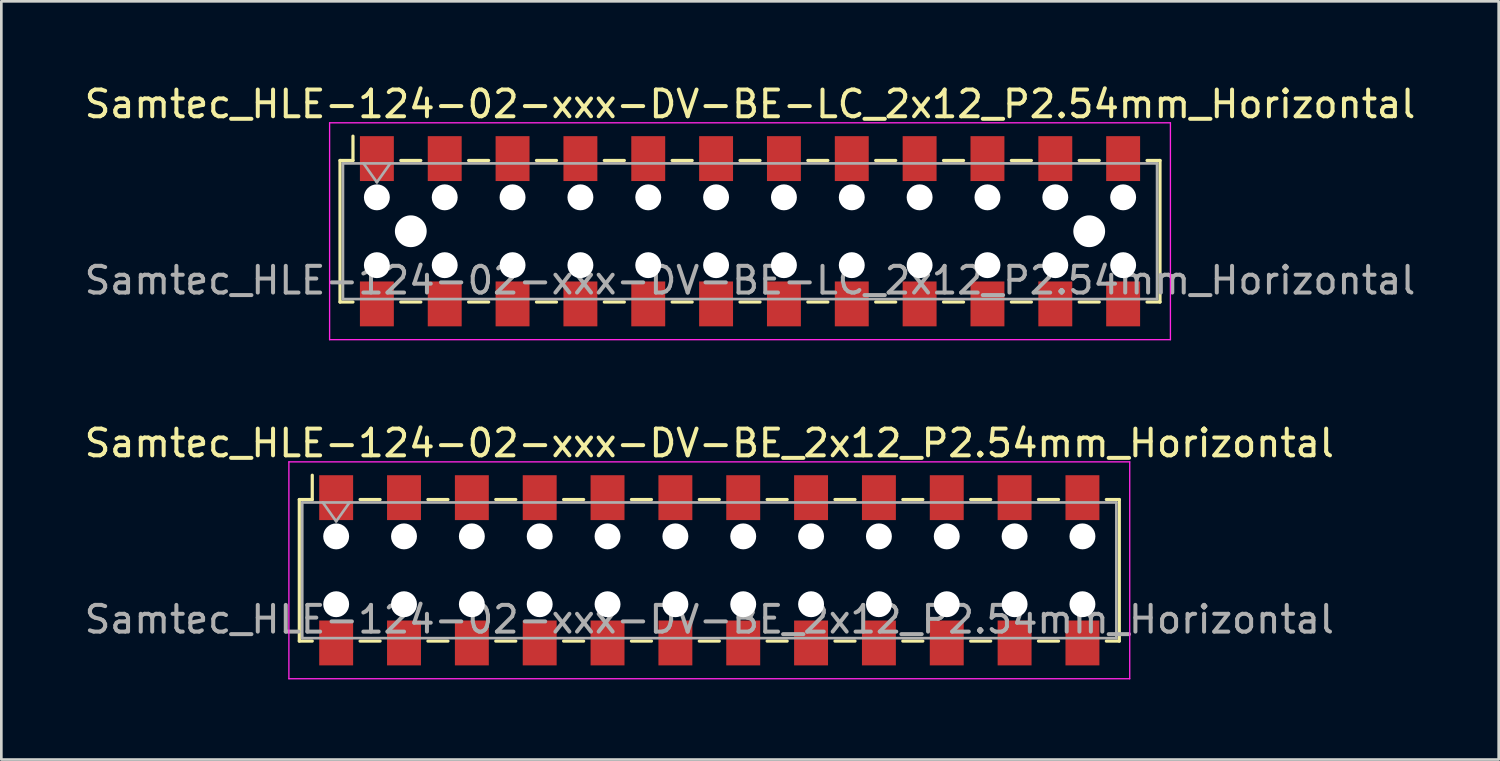
<source format=kicad_pcb>
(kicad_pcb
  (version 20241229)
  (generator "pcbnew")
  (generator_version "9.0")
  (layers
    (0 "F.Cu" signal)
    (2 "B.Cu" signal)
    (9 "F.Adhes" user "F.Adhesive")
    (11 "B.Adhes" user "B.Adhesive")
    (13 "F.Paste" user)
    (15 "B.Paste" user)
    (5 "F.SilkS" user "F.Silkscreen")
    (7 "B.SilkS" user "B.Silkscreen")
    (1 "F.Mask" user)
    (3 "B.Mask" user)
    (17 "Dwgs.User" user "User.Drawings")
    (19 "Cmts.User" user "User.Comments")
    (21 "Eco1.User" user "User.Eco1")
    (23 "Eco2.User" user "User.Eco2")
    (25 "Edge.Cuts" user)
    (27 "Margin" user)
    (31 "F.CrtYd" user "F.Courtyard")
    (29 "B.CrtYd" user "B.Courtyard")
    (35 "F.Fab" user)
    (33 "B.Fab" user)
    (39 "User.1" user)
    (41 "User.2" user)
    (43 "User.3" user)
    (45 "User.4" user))
  (footprint "Samtec_HLE-124-02-xxx-DV-BE_2x12_P2.54mm_Horizontal"
    (layer "F.Cu")
    (at 23.506 18.302)
    (property "Reference" "Samtec_HLE-124-02-xxx-DV-BE_2x12_P2.54mm_Horizontal" (at 0 -4.76 0) (layer "F.SilkS") (effects (font (size 1 1) (thickness 0.15))))
    (attr smd)
    (fp_line (start -15.35 -2.65) (end -15.35 2.65) (stroke (width 0.12) (type solid)) (layer "F.SilkS"))
    (fp_line (start -15.35 2.65) (end -14.865 2.65) (stroke (width 0.12) (type solid)) (layer "F.SilkS"))
    (fp_line (start -14.865 -3.56) (end -14.865 -2.65) (stroke (width 0.12) (type solid)) (layer "F.SilkS"))
    (fp_line (start -14.865 -2.65) (end -15.35 -2.65) (stroke (width 0.12) (type solid)) (layer "F.SilkS"))
    (fp_line (start -13.075 -2.65) (end -12.325 -2.65) (stroke (width 0.12) (type solid)) (layer "F.SilkS"))
    (fp_line (start -13.075 2.65) (end -12.325 2.65) (stroke (width 0.12) (type solid)) (layer "F.SilkS"))
    (fp_line (start -10.535 -2.65) (end -9.785 -2.65) (stroke (width 0.12) (type solid)) (layer "F.SilkS"))
    (fp_line (start -10.535 2.65) (end -9.785 2.65) (stroke (width 0.12) (type solid)) (layer "F.SilkS"))
    (fp_line (start -7.995 -2.65) (end -7.245 -2.65) (stroke (width 0.12) (type solid)) (layer "F.SilkS"))
    (fp_line (start -7.995 2.65) (end -7.245 2.65) (stroke (width 0.12) (type solid)) (layer "F.SilkS"))
    (fp_line (start -5.455 -2.65) (end -4.705 -2.65) (stroke (width 0.12) (type solid)) (layer "F.SilkS"))
    (fp_line (start -5.455 2.65) (end -4.705 2.65) (stroke (width 0.12) (type solid)) (layer "F.SilkS"))
    (fp_line (start -2.915 -2.65) (end -2.165 -2.65) (stroke (width 0.12) (type solid)) (layer "F.SilkS"))
    (fp_line (start -2.915 2.65) (end -2.165 2.65) (stroke (width 0.12) (type solid)) (layer "F.SilkS"))
    (fp_line (start -0.375 -2.65) (end 0.375 -2.65) (stroke (width 0.12) (type solid)) (layer "F.SilkS"))
    (fp_line (start -0.375 2.65) (end 0.375 2.65) (stroke (width 0.12) (type solid)) (layer "F.SilkS"))
    (fp_line (start 2.165 -2.65) (end 2.915 -2.65) (stroke (width 0.12) (type solid)) (layer "F.SilkS"))
    (fp_line (start 2.165 2.65) (end 2.915 2.65) (stroke (width 0.12) (type solid)) (layer "F.SilkS"))
    (fp_line (start 4.705 -2.65) (end 5.455 -2.65) (stroke (width 0.12) (type solid)) (layer "F.SilkS"))
    (fp_line (start 4.705 2.65) (end 5.455 2.65) (stroke (width 0.12) (type solid)) (layer "F.SilkS"))
    (fp_line (start 7.245 -2.65) (end 7.995 -2.65) (stroke (width 0.12) (type solid)) (layer "F.SilkS"))
    (fp_line (start 7.245 2.65) (end 7.995 2.65) (stroke (width 0.12) (type solid)) (layer "F.SilkS"))
    (fp_line (start 9.785 -2.65) (end 10.535 -2.65) (stroke (width 0.12) (type solid)) (layer "F.SilkS"))
    (fp_line (start 9.785 2.65) (end 10.535 2.65) (stroke (width 0.12) (type solid)) (layer "F.SilkS"))
    (fp_line (start 12.325 -2.65) (end 13.075 -2.65) (stroke (width 0.12) (type solid)) (layer "F.SilkS"))
    (fp_line (start 12.325 2.65) (end 13.075 2.65) (stroke (width 0.12) (type solid)) (layer "F.SilkS"))
    (fp_line (start 14.865 -2.65) (end 15.35 -2.65) (stroke (width 0.12) (type solid)) (layer "F.SilkS"))
    (fp_line (start 15.35 -2.65) (end 15.35 2.65) (stroke (width 0.12) (type solid)) (layer "F.SilkS"))
    (fp_line (start 15.35 2.65) (end 14.865 2.65) (stroke (width 0.12) (type solid)) (layer "F.SilkS"))
    (fp_line (start -15.74 -4.06) (end 15.74 -4.06) (stroke (width 0.05) (type solid)) (layer "F.CrtYd"))
    (fp_line (start -15.74 4.06) (end -15.74 -4.06) (stroke (width 0.05) (type solid)) (layer "F.CrtYd"))
    (fp_line (start 15.74 -4.06) (end 15.74 4.06) (stroke (width 0.05) (type solid)) (layer "F.CrtYd"))
    (fp_line (start 15.74 4.06) (end -15.74 4.06) (stroke (width 0.05) (type solid)) (layer "F.CrtYd"))
    (fp_line (start -15.24 -2.54) (end 15.24 -2.54) (stroke (width 0.1) (type solid)) (layer "F.Fab"))
    (fp_line (start -15.24 2.54) (end -15.24 -2.54) (stroke (width 0.1) (type solid)) (layer "F.Fab"))
    (fp_line (start -14.47 -2.54) (end -13.97 -1.833) (stroke (width 0.1) (type solid)) (layer "F.Fab"))
    (fp_line (start -13.97 -1.833) (end -13.47 -2.54) (stroke (width 0.1) (type solid)) (layer "F.Fab"))
    (fp_line (start 15.24 -2.54) (end 15.24 2.54) (stroke (width 0.1) (type solid)) (layer "F.Fab"))
    (fp_line (start 15.24 2.54) (end -15.24 2.54) (stroke (width 0.1) (type solid)) (layer "F.Fab"))
    (fp_text user "${REFERENCE}" (at 0 1.84 0) (layer "F.Fab") (effects (font (size 1 1) (thickness 0.15))))
    (pad "" np_thru_hole circle (at -13.97 -1.27) (size 0.97 0.97) (drill 0.97) (layers "*.Cu" "*.Mask"))
    (pad "" np_thru_hole circle (at -13.97 1.27) (size 0.97 0.97) (drill 0.97) (layers "*.Cu" "*.Mask"))
    (pad "" np_thru_hole circle (at -11.43 -1.27) (size 0.97 0.97) (drill 0.97) (layers "*.Cu" "*.Mask"))
    (pad "" np_thru_hole circle (at -11.43 1.27) (size 0.97 0.97) (drill 0.97) (layers "*.Cu" "*.Mask"))
    (pad "" np_thru_hole circle (at -8.89 -1.27) (size 0.97 0.97) (drill 0.97) (layers "*.Cu" "*.Mask"))
    (pad "" np_thru_hole circle (at -8.89 1.27) (size 0.97 0.97) (drill 0.97) (layers "*.Cu" "*.Mask"))
    (pad "" np_thru_hole circle (at -6.35 -1.27) (size 0.97 0.97) (drill 0.97) (layers "*.Cu" "*.Mask"))
    (pad "" np_thru_hole circle (at -6.35 1.27) (size 0.97 0.97) (drill 0.97) (layers "*.Cu" "*.Mask"))
    (pad "" np_thru_hole circle (at -3.81 -1.27) (size 0.97 0.97) (drill 0.97) (layers "*.Cu" "*.Mask"))
    (pad "" np_thru_hole circle (at -3.81 1.27) (size 0.97 0.97) (drill 0.97) (layers "*.Cu" "*.Mask"))
    (pad "" np_thru_hole circle (at -1.27 -1.27) (size 0.97 0.97) (drill 0.97) (layers "*.Cu" "*.Mask"))
    (pad "" np_thru_hole circle (at -1.27 1.27) (size 0.97 0.97) (drill 0.97) (layers "*.Cu" "*.Mask"))
    (pad "" np_thru_hole circle (at 1.27 -1.27) (size 0.97 0.97) (drill 0.97) (layers "*.Cu" "*.Mask"))
    (pad "" np_thru_hole circle (at 1.27 1.27) (size 0.97 0.97) (drill 0.97) (layers "*.Cu" "*.Mask"))
    (pad "" np_thru_hole circle (at 3.81 -1.27) (size 0.97 0.97) (drill 0.97) (layers "*.Cu" "*.Mask"))
    (pad "" np_thru_hole circle (at 3.81 1.27) (size 0.97 0.97) (drill 0.97) (layers "*.Cu" "*.Mask"))
    (pad "" np_thru_hole circle (at 6.35 -1.27) (size 0.97 0.97) (drill 0.97) (layers "*.Cu" "*.Mask"))
    (pad "" np_thru_hole circle (at 6.35 1.27) (size 0.97 0.97) (drill 0.97) (layers "*.Cu" "*.Mask"))
    (pad "" np_thru_hole circle (at 8.89 -1.27) (size 0.97 0.97) (drill 0.97) (layers "*.Cu" "*.Mask"))
    (pad "" np_thru_hole circle (at 8.89 1.27) (size 0.97 0.97) (drill 0.97) (layers "*.Cu" "*.Mask"))
    (pad "" np_thru_hole circle (at 11.43 -1.27) (size 0.97 0.97) (drill 0.97) (layers "*.Cu" "*.Mask"))
    (pad "" np_thru_hole circle (at 11.43 1.27) (size 0.97 0.97) (drill 0.97) (layers "*.Cu" "*.Mask"))
    (pad "" np_thru_hole circle (at 13.97 -1.27) (size 0.97 0.97) (drill 0.97) (layers "*.Cu" "*.Mask"))
    (pad "" np_thru_hole circle (at 13.97 1.27) (size 0.97 0.97) (drill 0.97) (layers "*.Cu" "*.Mask"))
    (pad "1" smd rect (at -13.97 -2.72) (size 1.27 1.68) (layers "F.Cu" "F.Mask" "F.Paste"))
    (pad "2" smd rect (at -13.97 2.72) (size 1.27 1.68) (layers "F.Cu" "F.Mask" "F.Paste"))
    (pad "3" smd rect (at -11.43 -2.72) (size 1.27 1.68) (layers "F.Cu" "F.Mask" "F.Paste"))
    (pad "4" smd rect (at -11.43 2.72) (size 1.27 1.68) (layers "F.Cu" "F.Mask" "F.Paste"))
    (pad "5" smd rect (at -8.89 -2.72) (size 1.27 1.68) (layers "F.Cu" "F.Mask" "F.Paste"))
    (pad "6" smd rect (at -8.89 2.72) (size 1.27 1.68) (layers "F.Cu" "F.Mask" "F.Paste"))
    (pad "7" smd rect (at -6.35 -2.72) (size 1.27 1.68) (layers "F.Cu" "F.Mask" "F.Paste"))
    (pad "8" smd rect (at -6.35 2.72) (size 1.27 1.68) (layers "F.Cu" "F.Mask" "F.Paste"))
    (pad "9" smd rect (at -3.81 -2.72) (size 1.27 1.68) (layers "F.Cu" "F.Mask" "F.Paste"))
    (pad "10" smd rect (at -3.81 2.72) (size 1.27 1.68) (layers "F.Cu" "F.Mask" "F.Paste"))
    (pad "11" smd rect (at -1.27 -2.72) (size 1.27 1.68) (layers "F.Cu" "F.Mask" "F.Paste"))
    (pad "12" smd rect (at -1.27 2.72) (size 1.27 1.68) (layers "F.Cu" "F.Mask" "F.Paste"))
    (pad "13" smd rect (at 1.27 -2.72) (size 1.27 1.68) (layers "F.Cu" "F.Mask" "F.Paste"))
    (pad "14" smd rect (at 1.27 2.72) (size 1.27 1.68) (layers "F.Cu" "F.Mask" "F.Paste"))
    (pad "15" smd rect (at 3.81 -2.72) (size 1.27 1.68) (layers "F.Cu" "F.Mask" "F.Paste"))
    (pad "16" smd rect (at 3.81 2.72) (size 1.27 1.68) (layers "F.Cu" "F.Mask" "F.Paste"))
    (pad "17" smd rect (at 6.35 -2.72) (size 1.27 1.68) (layers "F.Cu" "F.Mask" "F.Paste"))
    (pad "18" smd rect (at 6.35 2.72) (size 1.27 1.68) (layers "F.Cu" "F.Mask" "F.Paste"))
    (pad "19" smd rect (at 8.89 -2.72) (size 1.27 1.68) (layers "F.Cu" "F.Mask" "F.Paste"))
    (pad "20" smd rect (at 8.89 2.72) (size 1.27 1.68) (layers "F.Cu" "F.Mask" "F.Paste"))
    (pad "21" smd rect (at 11.43 -2.72) (size 1.27 1.68) (layers "F.Cu" "F.Mask" "F.Paste"))
    (pad "22" smd rect (at 11.43 2.72) (size 1.27 1.68) (layers "F.Cu" "F.Mask" "F.Paste"))
    (pad "23" smd rect (at 13.97 -2.72) (size 1.27 1.68) (layers "F.Cu" "F.Mask" "F.Paste"))
    (pad "24" smd rect (at 13.97 2.72) (size 1.27 1.68) (layers "F.Cu" "F.Mask" "F.Paste")))
  (footprint "Samtec_HLE-124-02-xxx-DV-BE-LC_2x12_P2.54mm_Horizontal"
    (layer "F.Cu")
    (at 25.03 5.608)
    (property "Reference" "Samtec_HLE-124-02-xxx-DV-BE-LC_2x12_P2.54mm_Horizontal" (at 0 -4.76 0) (layer "F.SilkS") (effects (font (size 1 1) (thickness 0.15))))
    (attr smd)
    (fp_line (start -15.35 -2.65) (end -15.35 2.65) (stroke (width 0.12) (type solid)) (layer "F.SilkS"))
    (fp_line (start -15.35 2.65) (end -14.865 2.65) (stroke (width 0.12) (type solid)) (layer "F.SilkS"))
    (fp_line (start -14.865 -3.56) (end -14.865 -2.65) (stroke (width 0.12) (type solid)) (layer "F.SilkS"))
    (fp_line (start -14.865 -2.65) (end -15.35 -2.65) (stroke (width 0.12) (type solid)) (layer "F.SilkS"))
    (fp_line (start -13.075 -2.65) (end -12.325 -2.65) (stroke (width 0.12) (type solid)) (layer "F.SilkS"))
    (fp_line (start -13.075 2.65) (end -12.325 2.65) (stroke (width 0.12) (type solid)) (layer "F.SilkS"))
    (fp_line (start -10.535 -2.65) (end -9.785 -2.65) (stroke (width 0.12) (type solid)) (layer "F.SilkS"))
    (fp_line (start -10.535 2.65) (end -9.785 2.65) (stroke (width 0.12) (type solid)) (layer "F.SilkS"))
    (fp_line (start -7.995 -2.65) (end -7.245 -2.65) (stroke (width 0.12) (type solid)) (layer "F.SilkS"))
    (fp_line (start -7.995 2.65) (end -7.245 2.65) (stroke (width 0.12) (type solid)) (layer "F.SilkS"))
    (fp_line (start -5.455 -2.65) (end -4.705 -2.65) (stroke (width 0.12) (type solid)) (layer "F.SilkS"))
    (fp_line (start -5.455 2.65) (end -4.705 2.65) (stroke (width 0.12) (type solid)) (layer "F.SilkS"))
    (fp_line (start -2.915 -2.65) (end -2.165 -2.65) (stroke (width 0.12) (type solid)) (layer "F.SilkS"))
    (fp_line (start -2.915 2.65) (end -2.165 2.65) (stroke (width 0.12) (type solid)) (layer "F.SilkS"))
    (fp_line (start -0.375 -2.65) (end 0.375 -2.65) (stroke (width 0.12) (type solid)) (layer "F.SilkS"))
    (fp_line (start -0.375 2.65) (end 0.375 2.65) (stroke (width 0.12) (type solid)) (layer "F.SilkS"))
    (fp_line (start 2.165 -2.65) (end 2.915 -2.65) (stroke (width 0.12) (type solid)) (layer "F.SilkS"))
    (fp_line (start 2.165 2.65) (end 2.915 2.65) (stroke (width 0.12) (type solid)) (layer "F.SilkS"))
    (fp_line (start 4.705 -2.65) (end 5.455 -2.65) (stroke (width 0.12) (type solid)) (layer "F.SilkS"))
    (fp_line (start 4.705 2.65) (end 5.455 2.65) (stroke (width 0.12) (type solid)) (layer "F.SilkS"))
    (fp_line (start 7.245 -2.65) (end 7.995 -2.65) (stroke (width 0.12) (type solid)) (layer "F.SilkS"))
    (fp_line (start 7.245 2.65) (end 7.995 2.65) (stroke (width 0.12) (type solid)) (layer "F.SilkS"))
    (fp_line (start 9.785 -2.65) (end 10.535 -2.65) (stroke (width 0.12) (type solid)) (layer "F.SilkS"))
    (fp_line (start 9.785 2.65) (end 10.535 2.65) (stroke (width 0.12) (type solid)) (layer "F.SilkS"))
    (fp_line (start 12.325 -2.65) (end 13.075 -2.65) (stroke (width 0.12) (type solid)) (layer "F.SilkS"))
    (fp_line (start 12.325 2.65) (end 13.075 2.65) (stroke (width 0.12) (type solid)) (layer "F.SilkS"))
    (fp_line (start 14.865 -2.65) (end 15.35 -2.65) (stroke (width 0.12) (type solid)) (layer "F.SilkS"))
    (fp_line (start 15.35 -2.65) (end 15.35 2.65) (stroke (width 0.12) (type solid)) (layer "F.SilkS"))
    (fp_line (start 15.35 2.65) (end 14.865 2.65) (stroke (width 0.12) (type solid)) (layer "F.SilkS"))
    (fp_line (start -15.74 -4.06) (end 15.74 -4.06) (stroke (width 0.05) (type solid)) (layer "F.CrtYd"))
    (fp_line (start -15.74 4.06) (end -15.74 -4.06) (stroke (width 0.05) (type solid)) (layer "F.CrtYd"))
    (fp_line (start 15.74 -4.06) (end 15.74 4.06) (stroke (width 0.05) (type solid)) (layer "F.CrtYd"))
    (fp_line (start 15.74 4.06) (end -15.74 4.06) (stroke (width 0.05) (type solid)) (layer "F.CrtYd"))
    (fp_line (start -15.24 -2.54) (end 15.24 -2.54) (stroke (width 0.1) (type solid)) (layer "F.Fab"))
    (fp_line (start -15.24 2.54) (end -15.24 -2.54) (stroke (width 0.1) (type solid)) (layer "F.Fab"))
    (fp_line (start -14.47 -2.54) (end -13.97 -1.833) (stroke (width 0.1) (type solid)) (layer "F.Fab"))
    (fp_line (start -13.97 -1.833) (end -13.47 -2.54) (stroke (width 0.1) (type solid)) (layer "F.Fab"))
    (fp_line (start 15.24 -2.54) (end 15.24 2.54) (stroke (width 0.1) (type solid)) (layer "F.Fab"))
    (fp_line (start 15.24 2.54) (end -15.24 2.54) (stroke (width 0.1) (type solid)) (layer "F.Fab"))
    (fp_text user "${REFERENCE}" (at 0 1.84 0) (layer "F.Fab") (effects (font (size 1 1) (thickness 0.15))))
    (pad "" np_thru_hole circle (at -13.97 -1.27) (size 0.97 0.97) (drill 0.97) (layers "*.Cu" "*.Mask"))
    (pad "" np_thru_hole circle (at -13.97 1.27) (size 0.97 0.97) (drill 0.97) (layers "*.Cu" "*.Mask"))
    (pad "" np_thru_hole circle (at -12.7 0) (size 1.19 1.19) (drill 1.19) (layers "*.Cu" "*.Mask"))
    (pad "" np_thru_hole circle (at -11.43 -1.27) (size 0.97 0.97) (drill 0.97) (layers "*.Cu" "*.Mask"))
    (pad "" np_thru_hole circle (at -11.43 1.27) (size 0.97 0.97) (drill 0.97) (layers "*.Cu" "*.Mask"))
    (pad "" np_thru_hole circle (at -8.89 -1.27) (size 0.97 0.97) (drill 0.97) (layers "*.Cu" "*.Mask"))
    (pad "" np_thru_hole circle (at -8.89 1.27) (size 0.97 0.97) (drill 0.97) (layers "*.Cu" "*.Mask"))
    (pad "" np_thru_hole circle (at -6.35 -1.27) (size 0.97 0.97) (drill 0.97) (layers "*.Cu" "*.Mask"))
    (pad "" np_thru_hole circle (at -6.35 1.27) (size 0.97 0.97) (drill 0.97) (layers "*.Cu" "*.Mask"))
    (pad "" np_thru_hole circle (at -3.81 -1.27) (size 0.97 0.97) (drill 0.97) (layers "*.Cu" "*.Mask"))
    (pad "" np_thru_hole circle (at -3.81 1.27) (size 0.97 0.97) (drill 0.97) (layers "*.Cu" "*.Mask"))
    (pad "" np_thru_hole circle (at -1.27 -1.27) (size 0.97 0.97) (drill 0.97) (layers "*.Cu" "*.Mask"))
    (pad "" np_thru_hole circle (at -1.27 1.27) (size 0.97 0.97) (drill 0.97) (layers "*.Cu" "*.Mask"))
    (pad "" np_thru_hole circle (at 1.27 -1.27) (size 0.97 0.97) (drill 0.97) (layers "*.Cu" "*.Mask"))
    (pad "" np_thru_hole circle (at 1.27 1.27) (size 0.97 0.97) (drill 0.97) (layers "*.Cu" "*.Mask"))
    (pad "" np_thru_hole circle (at 3.81 -1.27) (size 0.97 0.97) (drill 0.97) (layers "*.Cu" "*.Mask"))
    (pad "" np_thru_hole circle (at 3.81 1.27) (size 0.97 0.97) (drill 0.97) (layers "*.Cu" "*.Mask"))
    (pad "" np_thru_hole circle (at 6.35 -1.27) (size 0.97 0.97) (drill 0.97) (layers "*.Cu" "*.Mask"))
    (pad "" np_thru_hole circle (at 6.35 1.27) (size 0.97 0.97) (drill 0.97) (layers "*.Cu" "*.Mask"))
    (pad "" np_thru_hole circle (at 8.89 -1.27) (size 0.97 0.97) (drill 0.97) (layers "*.Cu" "*.Mask"))
    (pad "" np_thru_hole circle (at 8.89 1.27) (size 0.97 0.97) (drill 0.97) (layers "*.Cu" "*.Mask"))
    (pad "" np_thru_hole circle (at 11.43 -1.27) (size 0.97 0.97) (drill 0.97) (layers "*.Cu" "*.Mask"))
    (pad "" np_thru_hole circle (at 11.43 1.27) (size 0.97 0.97) (drill 0.97) (layers "*.Cu" "*.Mask"))
    (pad "" np_thru_hole circle (at 12.7 0) (size 1.19 1.19) (drill 1.19) (layers "*.Cu" "*.Mask"))
    (pad "" np_thru_hole circle (at 13.97 -1.27) (size 0.97 0.97) (drill 0.97) (layers "*.Cu" "*.Mask"))
    (pad "" np_thru_hole circle (at 13.97 1.27) (size 0.97 0.97) (drill 0.97) (layers "*.Cu" "*.Mask"))
    (pad "1" smd rect (at -13.97 -2.72) (size 1.27 1.68) (layers "F.Cu" "F.Mask" "F.Paste"))
    (pad "2" smd rect (at -13.97 2.72) (size 1.27 1.68) (layers "F.Cu" "F.Mask" "F.Paste"))
    (pad "3" smd rect (at -11.43 -2.72) (size 1.27 1.68) (layers "F.Cu" "F.Mask" "F.Paste"))
    (pad "4" smd rect (at -11.43 2.72) (size 1.27 1.68) (layers "F.Cu" "F.Mask" "F.Paste"))
    (pad "5" smd rect (at -8.89 -2.72) (size 1.27 1.68) (layers "F.Cu" "F.Mask" "F.Paste"))
    (pad "6" smd rect (at -8.89 2.72) (size 1.27 1.68) (layers "F.Cu" "F.Mask" "F.Paste"))
    (pad "7" smd rect (at -6.35 -2.72) (size 1.27 1.68) (layers "F.Cu" "F.Mask" "F.Paste"))
    (pad "8" smd rect (at -6.35 2.72) (size 1.27 1.68) (layers "F.Cu" "F.Mask" "F.Paste"))
    (pad "9" smd rect (at -3.81 -2.72) (size 1.27 1.68) (layers "F.Cu" "F.Mask" "F.Paste"))
    (pad "10" smd rect (at -3.81 2.72) (size 1.27 1.68) (layers "F.Cu" "F.Mask" "F.Paste"))
    (pad "11" smd rect (at -1.27 -2.72) (size 1.27 1.68) (layers "F.Cu" "F.Mask" "F.Paste"))
    (pad "12" smd rect (at -1.27 2.72) (size 1.27 1.68) (layers "F.Cu" "F.Mask" "F.Paste"))
    (pad "13" smd rect (at 1.27 -2.72) (size 1.27 1.68) (layers "F.Cu" "F.Mask" "F.Paste"))
    (pad "14" smd rect (at 1.27 2.72) (size 1.27 1.68) (layers "F.Cu" "F.Mask" "F.Paste"))
    (pad "15" smd rect (at 3.81 -2.72) (size 1.27 1.68) (layers "F.Cu" "F.Mask" "F.Paste"))
    (pad "16" smd rect (at 3.81 2.72) (size 1.27 1.68) (layers "F.Cu" "F.Mask" "F.Paste"))
    (pad "17" smd rect (at 6.35 -2.72) (size 1.27 1.68) (layers "F.Cu" "F.Mask" "F.Paste"))
    (pad "18" smd rect (at 6.35 2.72) (size 1.27 1.68) (layers "F.Cu" "F.Mask" "F.Paste"))
    (pad "19" smd rect (at 8.89 -2.72) (size 1.27 1.68) (layers "F.Cu" "F.Mask" "F.Paste"))
    (pad "20" smd rect (at 8.89 2.72) (size 1.27 1.68) (layers "F.Cu" "F.Mask" "F.Paste"))
    (pad "21" smd rect (at 11.43 -2.72) (size 1.27 1.68) (layers "F.Cu" "F.Mask" "F.Paste"))
    (pad "22" smd rect (at 11.43 2.72) (size 1.27 1.68) (layers "F.Cu" "F.Mask" "F.Paste"))
    (pad "23" smd rect (at 13.97 -2.72) (size 1.27 1.68) (layers "F.Cu" "F.Mask" "F.Paste"))
    (pad "24" smd rect (at 13.97 2.72) (size 1.27 1.68) (layers "F.Cu" "F.Mask" "F.Paste")))
  (gr_rect
    (start -3 -3)
    (end 53.06 25.387)
    (stroke (width 0.1) (type default))
    (fill no)
    (layer "Edge.Cuts")))
</source>
